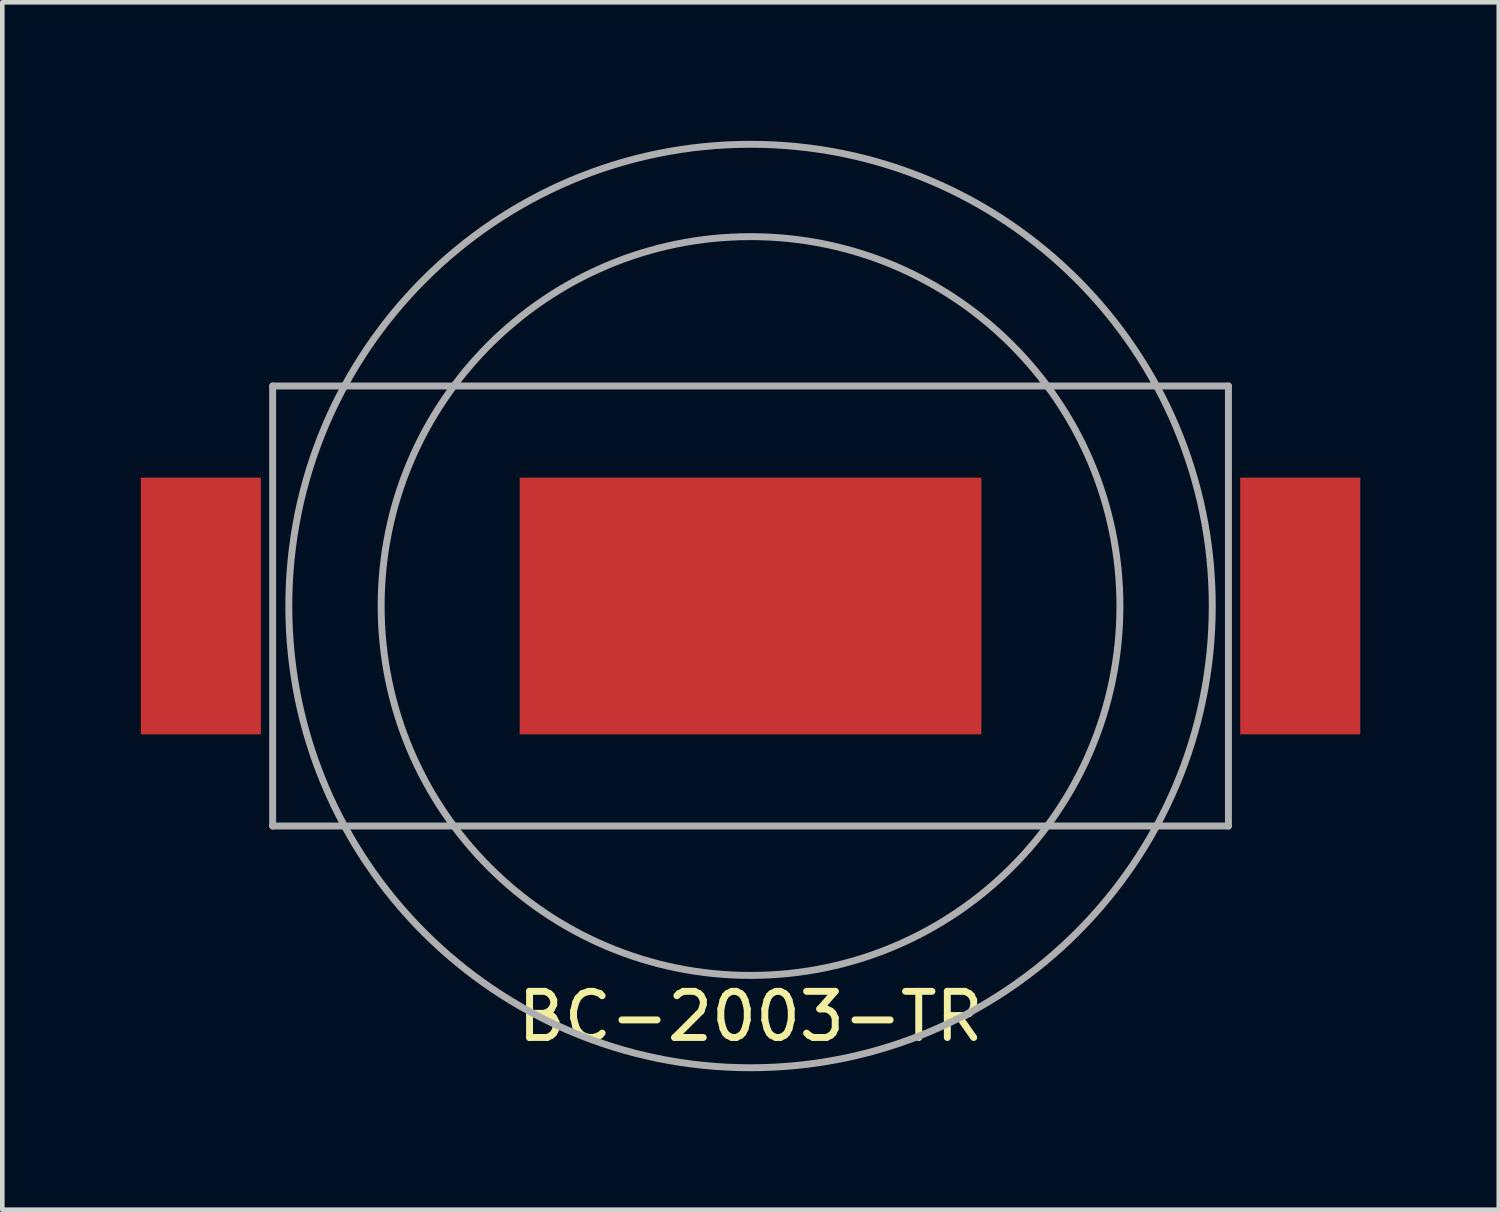
<source format=kicad_pcb>
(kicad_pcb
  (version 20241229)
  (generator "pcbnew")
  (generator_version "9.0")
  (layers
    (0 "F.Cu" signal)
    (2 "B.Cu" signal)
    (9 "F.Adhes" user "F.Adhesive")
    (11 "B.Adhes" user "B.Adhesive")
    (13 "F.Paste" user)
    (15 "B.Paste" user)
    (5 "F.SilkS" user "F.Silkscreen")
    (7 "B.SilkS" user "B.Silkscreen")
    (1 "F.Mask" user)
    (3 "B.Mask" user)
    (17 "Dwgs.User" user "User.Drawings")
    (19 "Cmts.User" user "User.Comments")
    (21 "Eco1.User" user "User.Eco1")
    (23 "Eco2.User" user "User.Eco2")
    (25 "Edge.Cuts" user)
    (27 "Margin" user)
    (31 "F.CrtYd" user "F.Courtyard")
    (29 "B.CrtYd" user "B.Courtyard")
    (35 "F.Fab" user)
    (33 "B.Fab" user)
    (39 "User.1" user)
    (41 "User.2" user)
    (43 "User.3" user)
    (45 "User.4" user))
  (footprint "BC-2003-TR"
    (layer "F.Cu")
    (at 13.205 10.075)
    (property "Reference" "BC-2003-TR" (at 0 8.89 0) (layer "F.SilkS") (effects (font (size 1 1) (thickness 0.15))))
    (attr through_hole)
    (fp_line (start -10.35 -4.765) (end -10.35 4.765) (stroke (width 0.15) (type solid)) (layer "F.Fab"))
    (fp_line (start -10.35 -4.765) (end 10.35 -4.765) (stroke (width 0.15) (type solid)) (layer "F.Fab"))
    (fp_line (start -10.35 4.765) (end 10.35 4.765) (stroke (width 0.15) (type solid)) (layer "F.Fab"))
    (fp_line (start 10.35 -4.765) (end 10.35 4.765) (stroke (width 0.15) (type solid)) (layer "F.Fab"))
    (fp_circle (center 0 0) (end 8 0) (stroke (width 0.15) (type solid)) (fill no) (layer "F.Fab"))
    (fp_circle (center 0 0) (end 10 0) (stroke (width 0.15) (type solid)) (fill no) (layer "F.Fab"))
    (pad "1" smd rect (at 0 0) (size 10 5.56) (layers "F.Cu" "F.Mask" "F.Paste"))
    (pad "2" smd rect (at -11.905 0) (size 2.6 5.56) (layers "F.Cu" "F.Mask" "F.Paste"))
    (pad "2" smd rect (at 11.905 0) (size 2.6 5.56) (layers "F.Cu" "F.Mask" "F.Paste")))
  (gr_rect
    (start -3 -3)
    (end 29.41 23.15)
    (stroke (width 0.1) (type default))
    (fill no)
    (layer "Edge.Cuts")))
</source>
